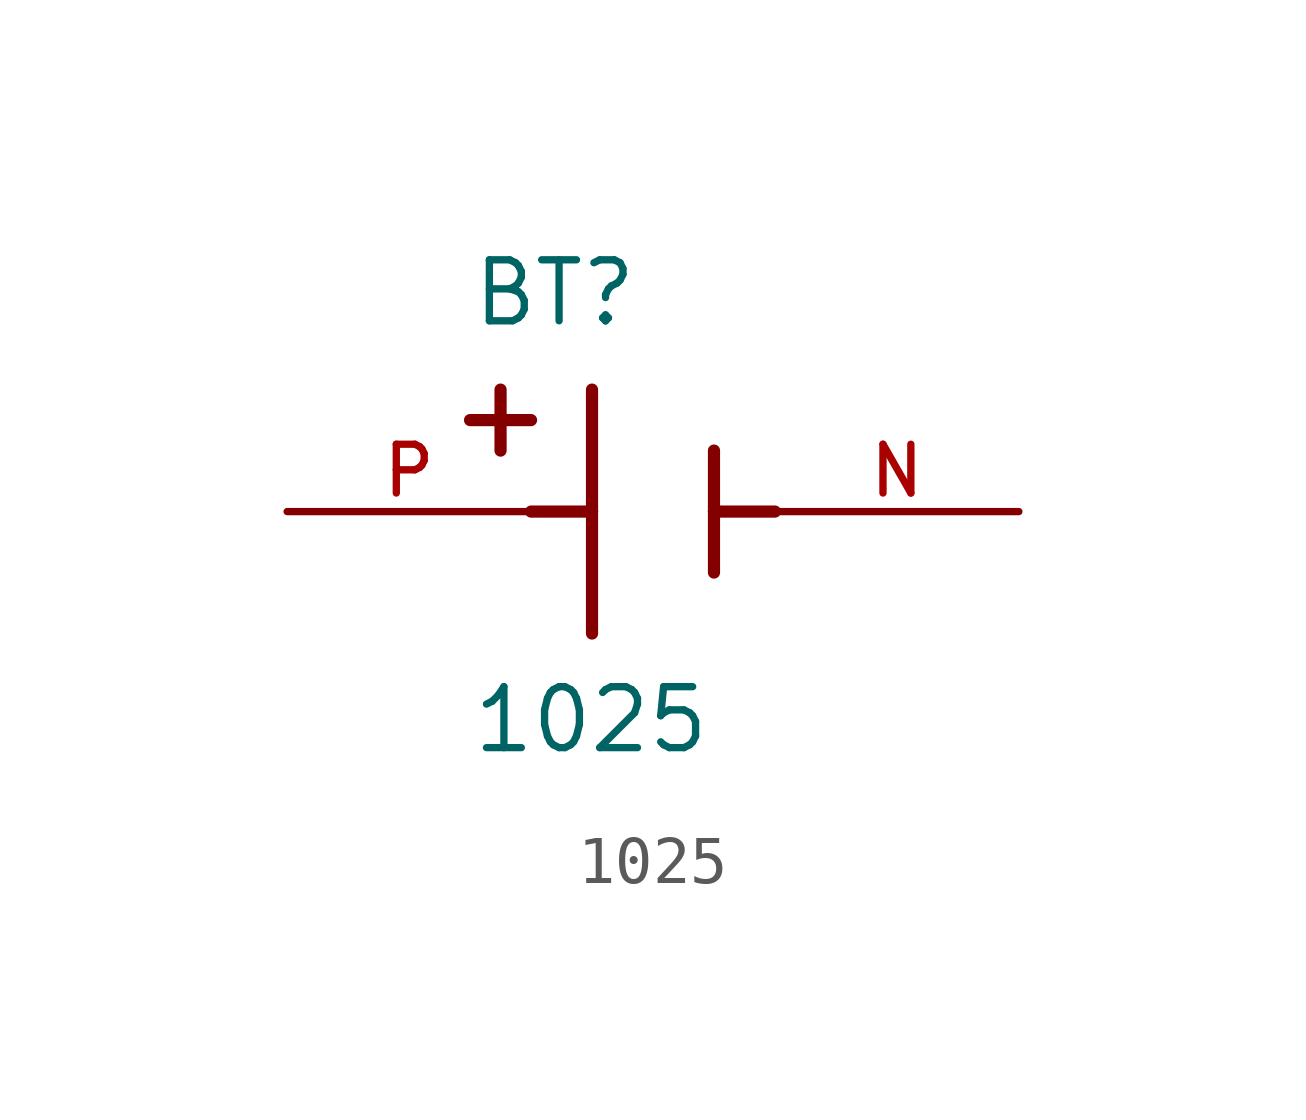
<source format=kicad_sym>
(kicad_symbol_lib
  (version 20231120)
  (generator "kicad_symbol_editor")
  (generator_version "8.0")
  (symbol "1025"
    (pin_names
      (offset 1.016))
    (property "Reference" "BT"
      (at -3.81 3.81 0)
      (effects (font (size 1.27 1.27)) (justify left bottom)))
    (property "Value" "1025"
      (at -3.81 -5.08 0)
      (effects (font (size 1.27 1.27)) (justify left bottom)))
    (symbol "1025_0_0"
      (polyline (pts (xy -3.81 1.905) (xy -2.54 1.905)) (stroke (width 0.254) (type default)) (fill (type none)))
      (polyline (pts (xy -3.175 2.54) (xy -3.175 1.27)) (stroke (width 0.254) (type default)) (fill (type none)))
      (polyline (pts (xy -1.27 0) (xy -2.54 0)) (stroke (width 0.254) (type default)) (fill (type none)))
      (polyline (pts (xy -1.27 0) (xy -1.27 -2.54)) (stroke (width 0.254) (type default)) (fill (type none)))
      (polyline (pts (xy -1.27 2.54) (xy -1.27 0)) (stroke (width 0.254) (type default)) (fill (type none)))
      (polyline (pts (xy 1.27 0) (xy 1.27 -1.27)) (stroke (width 0.254) (type default)) (fill (type none)))
      (polyline (pts (xy 1.27 0) (xy 2.54 0)) (stroke (width 0.254) (type default)) (fill (type none)))
      (polyline (pts (xy 1.27 1.27) (xy 1.27 0)) (stroke (width 0.254) (type default)) (fill (type none)))
      (pin passive line (at 7.62 0 180) (length 5.08) (name "~" (effects (font (size 1.016 1.016)))) (number "N" (effects (font (size 1.016 1.016)))))
      (pin passive line (at -7.62 0 0) (length 5.08) (name "~" (effects (font (size 1.016 1.016)))) (number "P" (effects (font (size 1.016 1.016))))))))
</source>
